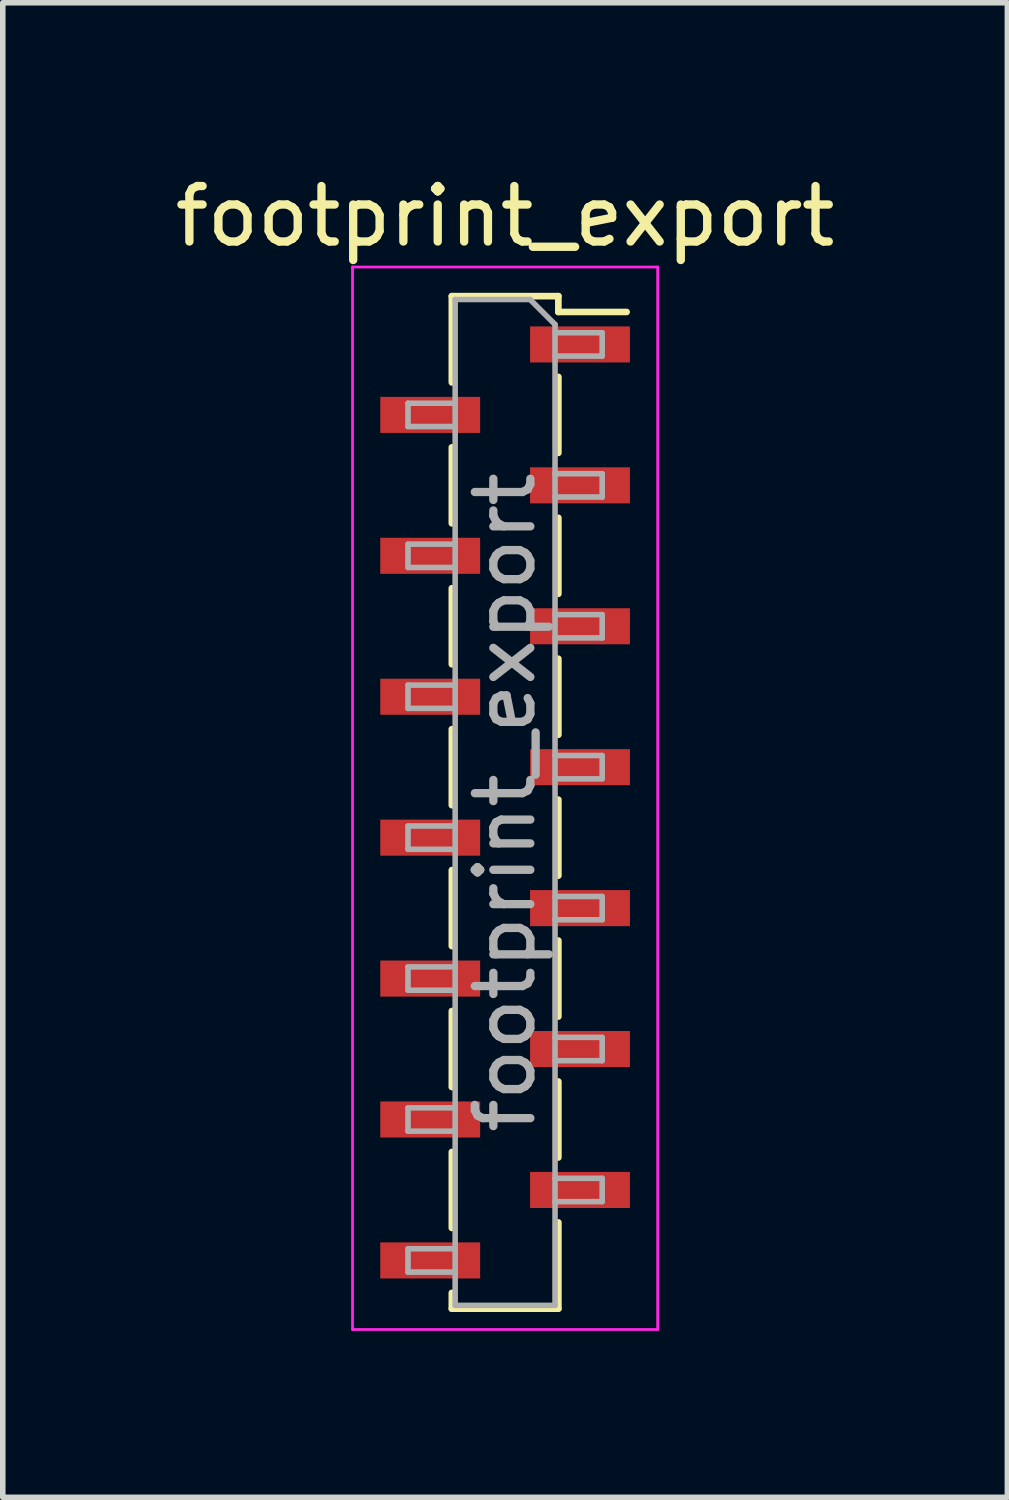
<source format=kicad_pcb>
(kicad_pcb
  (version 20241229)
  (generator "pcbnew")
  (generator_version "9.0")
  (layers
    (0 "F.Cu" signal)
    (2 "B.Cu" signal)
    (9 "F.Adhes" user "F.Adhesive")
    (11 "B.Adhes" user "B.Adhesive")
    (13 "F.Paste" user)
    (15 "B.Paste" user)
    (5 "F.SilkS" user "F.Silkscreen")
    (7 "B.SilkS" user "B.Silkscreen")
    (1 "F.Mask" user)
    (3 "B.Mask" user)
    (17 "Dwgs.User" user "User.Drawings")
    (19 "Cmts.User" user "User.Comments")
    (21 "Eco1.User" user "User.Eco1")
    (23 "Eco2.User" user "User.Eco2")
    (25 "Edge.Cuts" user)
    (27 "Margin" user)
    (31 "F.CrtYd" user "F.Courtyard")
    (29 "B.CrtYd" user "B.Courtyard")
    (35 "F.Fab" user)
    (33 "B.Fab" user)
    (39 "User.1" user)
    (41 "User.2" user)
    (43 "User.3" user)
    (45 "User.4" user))
  (footprint "footprint_export"
    (layer "F.Cu")
    (at 6.054 11.413)
    (property "Reference" "footprint_export" (at 0 -10.565 0) (layer "F.SilkS") (effects (font (size 1 1) (thickness 0.15))))
    (attr smd)
    (fp_line (start -0.96 -9.125) (end -0.96 -7.57) (stroke (width 0.12) (type solid)) (layer "F.SilkS"))
    (fp_line (start -0.96 -9.125) (end 0.96 -9.125) (stroke (width 0.12) (type solid)) (layer "F.SilkS"))
    (fp_line (start -0.96 -6.4) (end -0.96 -5.03) (stroke (width 0.12) (type solid)) (layer "F.SilkS"))
    (fp_line (start -0.96 -3.86) (end -0.96 -2.49) (stroke (width 0.12) (type solid)) (layer "F.SilkS"))
    (fp_line (start -0.96 -1.32) (end -0.96 0.05) (stroke (width 0.12) (type solid)) (layer "F.SilkS"))
    (fp_line (start -0.96 1.22) (end -0.96 2.59) (stroke (width 0.12) (type solid)) (layer "F.SilkS"))
    (fp_line (start -0.96 3.76) (end -0.96 5.13) (stroke (width 0.12) (type solid)) (layer "F.SilkS"))
    (fp_line (start -0.96 6.3) (end -0.96 7.67) (stroke (width 0.12) (type solid)) (layer "F.SilkS"))
    (fp_line (start -0.96 8.84) (end -0.96 9.125) (stroke (width 0.12) (type solid)) (layer "F.SilkS"))
    (fp_line (start -0.96 9.125) (end 0.96 9.125) (stroke (width 0.12) (type solid)) (layer "F.SilkS"))
    (fp_line (start 0.96 -9.125) (end 0.96 -8.84) (stroke (width 0.12) (type solid)) (layer "F.SilkS"))
    (fp_line (start 0.96 -8.84) (end 2.19 -8.84) (stroke (width 0.12) (type solid)) (layer "F.SilkS"))
    (fp_line (start 0.96 -7.67) (end 0.96 -6.3) (stroke (width 0.12) (type solid)) (layer "F.SilkS"))
    (fp_line (start 0.96 -5.13) (end 0.96 -3.76) (stroke (width 0.12) (type solid)) (layer "F.SilkS"))
    (fp_line (start 0.96 -2.59) (end 0.96 -1.22) (stroke (width 0.12) (type solid)) (layer "F.SilkS"))
    (fp_line (start 0.96 -0.05) (end 0.96 1.32) (stroke (width 0.12) (type solid)) (layer "F.SilkS"))
    (fp_line (start 0.96 2.49) (end 0.96 3.86) (stroke (width 0.12) (type solid)) (layer "F.SilkS"))
    (fp_line (start 0.96 5.03) (end 0.96 6.4) (stroke (width 0.12) (type solid)) (layer "F.SilkS"))
    (fp_line (start 0.96 7.57) (end 0.96 9.125) (stroke (width 0.12) (type solid)) (layer "F.SilkS"))
    (fp_line (start -2.75 -9.65) (end 2.75 -9.65) (stroke (width 0.05) (type solid)) (layer "F.CrtYd"))
    (fp_line (start -2.75 9.5) (end -2.75 -9.65) (stroke (width 0.05) (type solid)) (layer "F.CrtYd"))
    (fp_line (start 2.75 -9.65) (end 2.75 9.5) (stroke (width 0.05) (type solid)) (layer "F.CrtYd"))
    (fp_line (start 2.75 9.5) (end -2.75 9.5) (stroke (width 0.05) (type solid)) (layer "F.CrtYd"))
    (fp_line (start -1.75 -7.195) (end -0.9 -7.195) (stroke (width 0.1) (type solid)) (layer "F.Fab"))
    (fp_line (start -1.75 -6.775) (end -1.75 -7.195) (stroke (width 0.1) (type solid)) (layer "F.Fab"))
    (fp_line (start -1.75 -4.655) (end -0.9 -4.655) (stroke (width 0.1) (type solid)) (layer "F.Fab"))
    (fp_line (start -1.75 -4.235) (end -1.75 -4.655) (stroke (width 0.1) (type solid)) (layer "F.Fab"))
    (fp_line (start -1.75 -2.115) (end -0.9 -2.115) (stroke (width 0.1) (type solid)) (layer "F.Fab"))
    (fp_line (start -1.75 -1.695) (end -1.75 -2.115) (stroke (width 0.1) (type solid)) (layer "F.Fab"))
    (fp_line (start -1.75 0.425) (end -0.9 0.425) (stroke (width 0.1) (type solid)) (layer "F.Fab"))
    (fp_line (start -1.75 0.845) (end -1.75 0.425) (stroke (width 0.1) (type solid)) (layer "F.Fab"))
    (fp_line (start -1.75 2.965) (end -0.9 2.965) (stroke (width 0.1) (type solid)) (layer "F.Fab"))
    (fp_line (start -1.75 3.385) (end -1.75 2.965) (stroke (width 0.1) (type solid)) (layer "F.Fab"))
    (fp_line (start -1.75 5.505) (end -0.9 5.505) (stroke (width 0.1) (type solid)) (layer "F.Fab"))
    (fp_line (start -1.75 5.925) (end -1.75 5.505) (stroke (width 0.1) (type solid)) (layer "F.Fab"))
    (fp_line (start -1.75 8.045) (end -0.9 8.045) (stroke (width 0.1) (type solid)) (layer "F.Fab"))
    (fp_line (start -1.75 8.465) (end -1.75 8.045) (stroke (width 0.1) (type solid)) (layer "F.Fab"))
    (fp_line (start -0.9 -9.065) (end 0.45 -9.065) (stroke (width 0.1) (type solid)) (layer "F.Fab"))
    (fp_line (start -0.9 -6.775) (end -1.75 -6.775) (stroke (width 0.1) (type solid)) (layer "F.Fab"))
    (fp_line (start -0.9 -4.235) (end -1.75 -4.235) (stroke (width 0.1) (type solid)) (layer "F.Fab"))
    (fp_line (start -0.9 -1.695) (end -1.75 -1.695) (stroke (width 0.1) (type solid)) (layer "F.Fab"))
    (fp_line (start -0.9 0.845) (end -1.75 0.845) (stroke (width 0.1) (type solid)) (layer "F.Fab"))
    (fp_line (start -0.9 3.385) (end -1.75 3.385) (stroke (width 0.1) (type solid)) (layer "F.Fab"))
    (fp_line (start -0.9 5.925) (end -1.75 5.925) (stroke (width 0.1) (type solid)) (layer "F.Fab"))
    (fp_line (start -0.9 8.465) (end -1.75 8.465) (stroke (width 0.1) (type solid)) (layer "F.Fab"))
    (fp_line (start -0.9 9.065) (end -0.9 -9.065) (stroke (width 0.1) (type solid)) (layer "F.Fab"))
    (fp_line (start 0.45 -9.065) (end 0.9 -8.615) (stroke (width 0.1) (type solid)) (layer "F.Fab"))
    (fp_line (start 0.9 -8.615) (end 0.9 9.065) (stroke (width 0.1) (type solid)) (layer "F.Fab"))
    (fp_line (start 0.9 -8.465) (end 1.75 -8.465) (stroke (width 0.1) (type solid)) (layer "F.Fab"))
    (fp_line (start 0.9 -5.925) (end 1.75 -5.925) (stroke (width 0.1) (type solid)) (layer "F.Fab"))
    (fp_line (start 0.9 -3.385) (end 1.75 -3.385) (stroke (width 0.1) (type solid)) (layer "F.Fab"))
    (fp_line (start 0.9 -0.845) (end 1.75 -0.845) (stroke (width 0.1) (type solid)) (layer "F.Fab"))
    (fp_line (start 0.9 1.695) (end 1.75 1.695) (stroke (width 0.1) (type solid)) (layer "F.Fab"))
    (fp_line (start 0.9 4.235) (end 1.75 4.235) (stroke (width 0.1) (type solid)) (layer "F.Fab"))
    (fp_line (start 0.9 6.775) (end 1.75 6.775) (stroke (width 0.1) (type solid)) (layer "F.Fab"))
    (fp_line (start 0.9 9.065) (end -0.9 9.065) (stroke (width 0.1) (type solid)) (layer "F.Fab"))
    (fp_line (start 1.75 -8.465) (end 1.75 -8.045) (stroke (width 0.1) (type solid)) (layer "F.Fab"))
    (fp_line (start 1.75 -8.045) (end 0.9 -8.045) (stroke (width 0.1) (type solid)) (layer "F.Fab"))
    (fp_line (start 1.75 -5.925) (end 1.75 -5.505) (stroke (width 0.1) (type solid)) (layer "F.Fab"))
    (fp_line (start 1.75 -5.505) (end 0.9 -5.505) (stroke (width 0.1) (type solid)) (layer "F.Fab"))
    (fp_line (start 1.75 -3.385) (end 1.75 -2.965) (stroke (width 0.1) (type solid)) (layer "F.Fab"))
    (fp_line (start 1.75 -2.965) (end 0.9 -2.965) (stroke (width 0.1) (type solid)) (layer "F.Fab"))
    (fp_line (start 1.75 -0.845) (end 1.75 -0.425) (stroke (width 0.1) (type solid)) (layer "F.Fab"))
    (fp_line (start 1.75 -0.425) (end 0.9 -0.425) (stroke (width 0.1) (type solid)) (layer "F.Fab"))
    (fp_line (start 1.75 1.695) (end 1.75 2.115) (stroke (width 0.1) (type solid)) (layer "F.Fab"))
    (fp_line (start 1.75 2.115) (end 0.9 2.115) (stroke (width 0.1) (type solid)) (layer "F.Fab"))
    (fp_line (start 1.75 4.235) (end 1.75 4.655) (stroke (width 0.1) (type solid)) (layer "F.Fab"))
    (fp_line (start 1.75 4.655) (end 0.9 4.655) (stroke (width 0.1) (type solid)) (layer "F.Fab"))
    (fp_line (start 1.75 6.775) (end 1.75 7.195) (stroke (width 0.1) (type solid)) (layer "F.Fab"))
    (fp_line (start 1.75 7.195) (end 0.9 7.195) (stroke (width 0.1) (type solid)) (layer "F.Fab"))
    (fp_text user "${REFERENCE}" (at 0 0 90) (layer "F.Fab") (effects (font (size 1 1) (thickness 0.15))))
    (pad "1" smd rect (at 1.35 -8.255) (size 1.8 0.65) (layers "F.Cu" "F.Mask" "F.Paste"))
    (pad "2" smd rect (at -1.35 -6.985) (size 1.8 0.65) (layers "F.Cu" "F.Mask" "F.Paste"))
    (pad "3" smd rect (at 1.35 -5.715) (size 1.8 0.65) (layers "F.Cu" "F.Mask" "F.Paste"))
    (pad "4" smd rect (at -1.35 -4.445) (size 1.8 0.65) (layers "F.Cu" "F.Mask" "F.Paste"))
    (pad "5" smd rect (at 1.35 -3.175) (size 1.8 0.65) (layers "F.Cu" "F.Mask" "F.Paste"))
    (pad "6" smd rect (at -1.35 -1.905) (size 1.8 0.65) (layers "F.Cu" "F.Mask" "F.Paste"))
    (pad "7" smd rect (at 1.35 -0.635) (size 1.8 0.65) (layers "F.Cu" "F.Mask" "F.Paste"))
    (pad "8" smd rect (at -1.35 0.635) (size 1.8 0.65) (layers "F.Cu" "F.Mask" "F.Paste"))
    (pad "9" smd rect (at 1.35 1.905) (size 1.8 0.65) (layers "F.Cu" "F.Mask" "F.Paste"))
    (pad "10" smd rect (at -1.35 3.175) (size 1.8 0.65) (layers "F.Cu" "F.Mask" "F.Paste"))
    (pad "11" smd rect (at 1.35 4.445) (size 1.8 0.65) (layers "F.Cu" "F.Mask" "F.Paste"))
    (pad "12" smd rect (at -1.35 5.715) (size 1.8 0.65) (layers "F.Cu" "F.Mask" "F.Paste"))
    (pad "13" smd rect (at 1.35 6.985) (size 1.8 0.65) (layers "F.Cu" "F.Mask" "F.Paste"))
    (pad "14" smd rect (at -1.35 8.255) (size 1.8 0.65) (layers "F.Cu" "F.Mask" "F.Paste")))
  (gr_rect
    (start -3 -3)
    (end 15.107 23.938)
    (stroke (width 0.1) (type default))
    (fill no)
    (layer "Edge.Cuts")))
</source>
